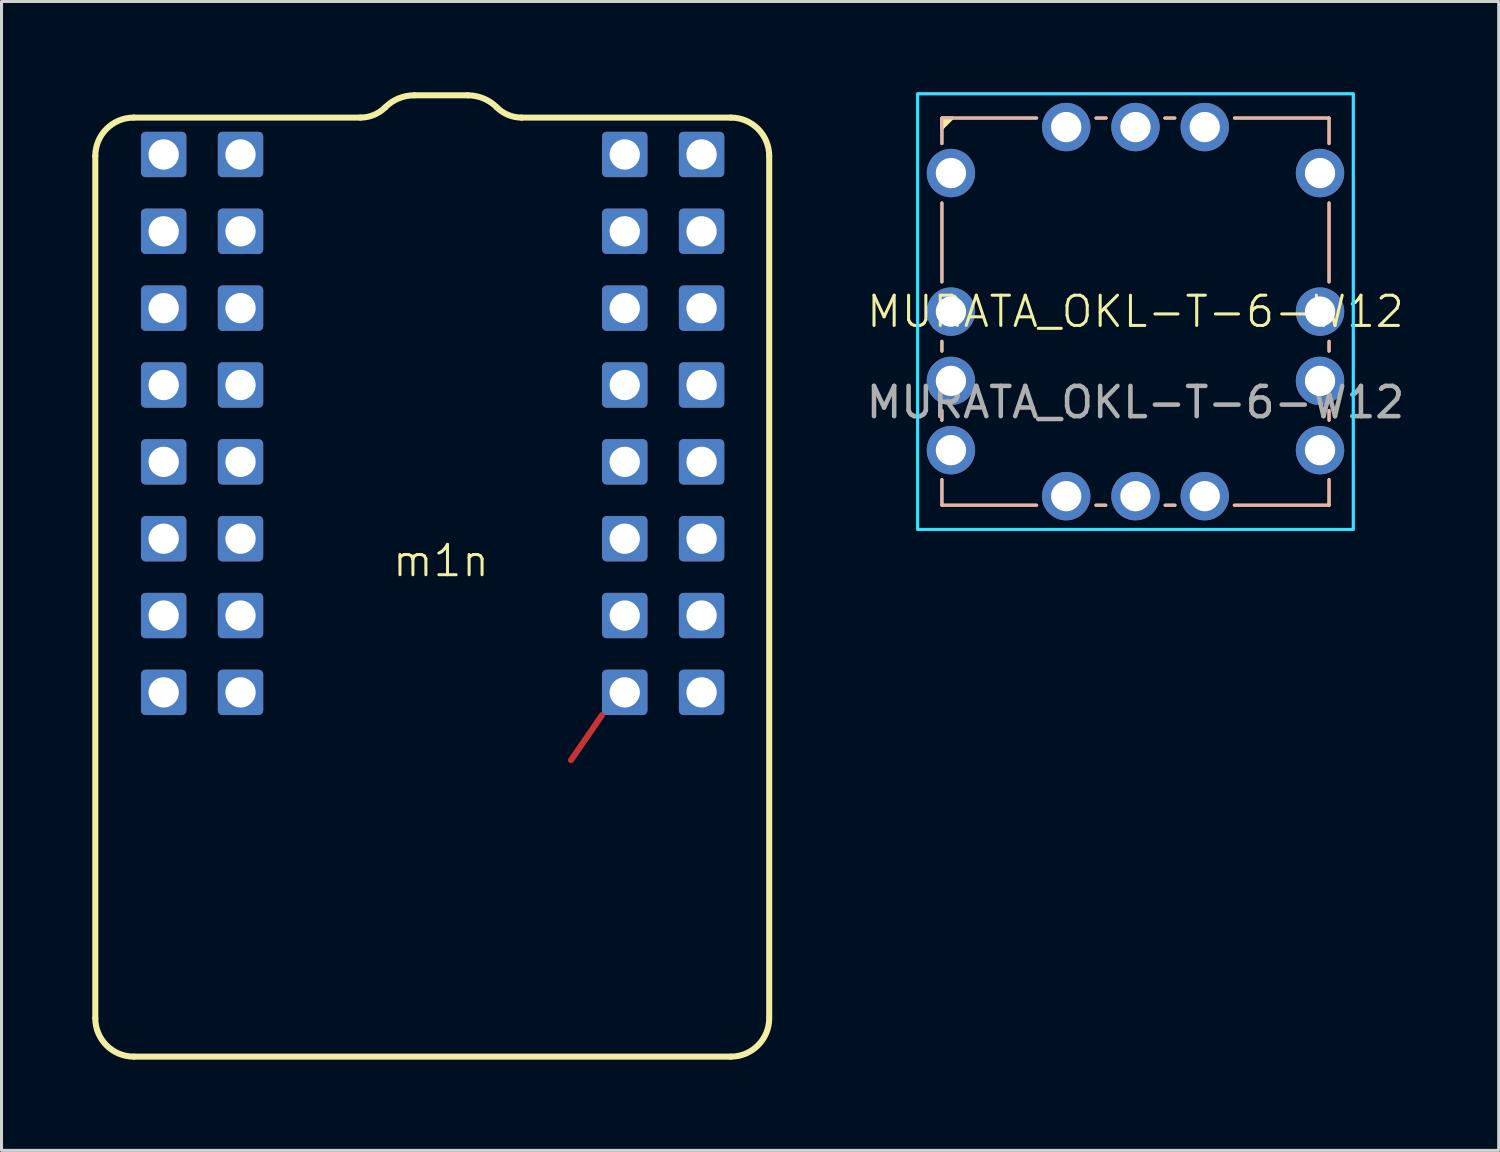
<source format=kicad_pcb>
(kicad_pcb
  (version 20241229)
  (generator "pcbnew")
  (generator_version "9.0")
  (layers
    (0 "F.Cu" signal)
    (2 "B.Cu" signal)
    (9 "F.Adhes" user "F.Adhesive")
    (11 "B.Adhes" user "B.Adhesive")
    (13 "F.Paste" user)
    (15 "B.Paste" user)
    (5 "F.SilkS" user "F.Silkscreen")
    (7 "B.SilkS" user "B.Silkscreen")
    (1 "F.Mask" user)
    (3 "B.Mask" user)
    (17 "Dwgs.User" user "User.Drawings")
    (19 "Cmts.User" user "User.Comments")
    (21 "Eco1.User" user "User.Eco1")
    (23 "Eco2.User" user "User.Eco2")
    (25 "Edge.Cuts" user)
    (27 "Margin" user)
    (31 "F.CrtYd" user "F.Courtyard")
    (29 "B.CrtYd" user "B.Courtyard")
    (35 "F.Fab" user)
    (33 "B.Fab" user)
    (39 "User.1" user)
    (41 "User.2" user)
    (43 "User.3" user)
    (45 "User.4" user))
  (footprint "m1n"
    (layer "F.Cu")
    (at 11.527 15.988)
    (property "Reference" "m1n" (at 0 -0.5 0) (unlocked yes) (layer "F.SilkS") (effects (font (size 1 1) (thickness 0.1))))
    (attr through_hole)
    (fp_line (start 5.323 4.598) (end 4.298 6.087) (stroke (width 0.2) (type default)) (layer "F.Cu"))
    (fp_line (start 6.073 4.098) (end 6.073 4.098) (stroke (width 0.2) (type default)) (layer "F.Cu"))
    (fp_line (start 8.613 4.318) (end 8.613 4.098) (stroke (width 0.2) (type default)) (layer "F.Cu"))
    (fp_arc (start 6.073153 3.5981) (mid 6.323152 3.848099) (end 6.073153 4.098099) (stroke (width 0.2) (type default)) (layer "F.Cu"))
    (fp_arc (start 6.073153 4.0981) (mid 5.823153 3.8481) (end 6.073153 3.5981) (stroke (width 0.2) (type default)) (layer "F.Cu"))
    (fp_arc (start 8.613153 3.3782) (mid 9.083053 3.8481) (end 8.613153 4.318) (stroke (width 0.2) (type default)) (layer "F.Cu"))
    (fp_arc (start 8.613153 3.5981) (mid 8.863151 3.848099) (end 8.613153 4.098099) (stroke (width 0.2) (type default)) (layer "F.Cu"))
    (fp_arc (start 8.613153 4.0981) (mid 8.363153 3.8481) (end 8.613153 3.5981) (stroke (width 0.2) (type default)) (layer "F.Cu"))
    (fp_arc (start 8.613153 4.318) (mid 8.143253 3.8481) (end 8.613153 3.3782) (stroke (width 0.2) (type default)) (layer "F.Cu"))
    (fp_line (start -11.427 14.618) (end -11.427 -13.881) (stroke (width 0.2) (type default)) (layer "F.SilkS"))
    (fp_line (start -10.157 -15.151) (end -2.664 -15.151) (stroke (width 0.2) (type default)) (layer "F.SilkS"))
    (fp_line (start -0.886 -15.888) (end 0.886 -15.888) (stroke (width 0.2) (type default)) (layer "F.SilkS"))
    (fp_line (start 2.664 -15.151) (end 9.578 -15.151) (stroke (width 0.2) (type default)) (layer "F.SilkS"))
    (fp_line (start 9.578 15.888) (end -10.157 15.888) (stroke (width 0.2) (type default)) (layer "F.SilkS"))
    (fp_line (start 10.848 14.568) (end 10.848 -13.881) (stroke (width 0.2) (type default)) (layer "F.SilkS"))
    (fp_arc (start -11.427447 -13.881101) (mid -11.055473 -14.779126) (end -10.157448 -15.1511) (stroke (width 0.2) (type default)) (layer "F.SilkS"))
    (fp_arc (start -10.157448 15.887703) (mid -11.055472 15.515726) (end -11.427447 14.617701) (stroke (width 0.2) (type default)) (layer "F.SilkS"))
    (fp_arc (start -1.840598 -15.492349) (mid -2.218584 -15.239788) (end -2.664448 -15.1511) (stroke (width 0.2) (type default)) (layer "F.SilkS"))
    (fp_arc (start -1.840598 -15.492349) (mid -1.402689 -15.784951) (end -0.88614 -15.8877) (stroke (width 0.2) (type default)) (layer "F.SilkS"))
    (fp_arc (start 0.886141 -15.8877) (mid 1.40269 -15.784951) (end 1.840599 -15.492349) (stroke (width 0.2) (type default)) (layer "F.SilkS"))
    (fp_arc (start 2.664449 -15.1511) (mid 2.218585 -15.239788) (end 1.840599 -15.492349) (stroke (width 0.2) (type default)) (layer "F.SilkS"))
    (fp_arc (start 9.578354 -15.1511) (mid 10.476379 -14.779126) (end 10.848353 -13.881102) (stroke (width 0.2) (type default)) (layer "F.SilkS"))
    (fp_arc (start 10.848353 14.6177) (mid 10.476379 15.515725) (end 9.578354 15.8877) (stroke (width 0.2) (type default)) (layer "F.SilkS"))
    (pad "1" thru_hole roundrect (at -9.167 -13.932) (size 1.5 1.5) (drill 1) (layers "*.Cu" "*.Mask") (roundrect_rratio 0.1))
    (pad "2" thru_hole roundrect (at -6.627 -13.932) (size 1.5 1.5) (drill 1) (layers "*.Cu" "*.Mask") (roundrect_rratio 0.1))
    (pad "3" thru_hole roundrect (at -9.167 -11.392) (size 1.5 1.5) (drill 1) (layers "*.Cu" "*.Mask") (roundrect_rratio 0.1))
    (pad "4" thru_hole roundrect (at -6.627 -11.392) (size 1.5 1.5) (drill 1) (layers "*.Cu" "*.Mask") (roundrect_rratio 0.1))
    (pad "5" thru_hole roundrect (at -9.167 -8.852) (size 1.5 1.5) (drill 1) (layers "*.Cu" "*.Mask") (roundrect_rratio 0.1))
    (pad "6" thru_hole roundrect (at -6.627 -8.852) (size 1.5 1.5) (drill 1) (layers "*.Cu" "*.Mask") (roundrect_rratio 0.1))
    (pad "7" thru_hole roundrect (at -9.167 -6.312) (size 1.5 1.5) (drill 1) (layers "*.Cu" "*.Mask") (roundrect_rratio 0.1))
    (pad "8" thru_hole roundrect (at -6.627 -6.312) (size 1.5 1.5) (drill 1) (layers "*.Cu" "*.Mask") (roundrect_rratio 0.1))
    (pad "9" thru_hole roundrect (at -9.167 -3.772) (size 1.5 1.5) (drill 1) (layers "*.Cu" "*.Mask") (roundrect_rratio 0.1))
    (pad "10" thru_hole roundrect (at -6.627 -3.772) (size 1.5 1.5) (drill 1) (layers "*.Cu" "*.Mask") (roundrect_rratio 0.1))
    (pad "11" thru_hole roundrect (at -9.167 -1.232) (size 1.5 1.5) (drill 1) (layers "*.Cu" "*.Mask") (roundrect_rratio 0.1))
    (pad "12" thru_hole roundrect (at -6.627 -1.232) (size 1.5 1.5) (drill 1) (layers "*.Cu" "*.Mask") (roundrect_rratio 0.1))
    (pad "13" thru_hole roundrect (at -9.167 1.308) (size 1.5 1.5) (drill 1) (layers "*.Cu" "*.Mask") (roundrect_rratio 0.1))
    (pad "14" thru_hole roundrect (at -6.627 1.308) (size 1.5 1.5) (drill 1) (layers "*.Cu" "*.Mask") (roundrect_rratio 0.1))
    (pad "15" thru_hole roundrect (at -9.167 3.848) (size 1.5 1.5) (drill 1) (layers "*.Cu" "*.Mask") (roundrect_rratio 0.1))
    (pad "16" thru_hole roundrect (at -6.627 3.848) (size 1.5 1.5) (drill 1) (layers "*.Cu" "*.Mask") (roundrect_rratio 0.1))
    (pad "17" thru_hole roundrect (at 6.073 -13.932) (size 1.5 1.5) (drill 1) (layers "*.Cu" "*.Mask") (roundrect_rratio 0.1))
    (pad "18" thru_hole roundrect (at 8.613 -13.932) (size 1.5 1.5) (drill 1) (layers "*.Cu" "*.Mask") (roundrect_rratio 0.1))
    (pad "19" thru_hole roundrect (at 6.073 -11.392) (size 1.5 1.5) (drill 1) (layers "*.Cu" "*.Mask") (roundrect_rratio 0.1))
    (pad "20" thru_hole roundrect (at 8.613 -11.392) (size 1.5 1.5) (drill 1) (layers "*.Cu" "*.Mask") (roundrect_rratio 0.1))
    (pad "21" thru_hole roundrect (at 6.073 -8.852) (size 1.5 1.5) (drill 1) (layers "*.Cu" "*.Mask") (roundrect_rratio 0.1))
    (pad "22" thru_hole roundrect (at 8.613 -8.852) (size 1.5 1.5) (drill 1) (layers "*.Cu" "*.Mask") (roundrect_rratio 0.1))
    (pad "23" thru_hole roundrect (at 6.073 -6.312) (size 1.5 1.5) (drill 1) (layers "*.Cu" "*.Mask") (roundrect_rratio 0.1))
    (pad "24" thru_hole roundrect (at 8.613 -6.312) (size 1.5 1.5) (drill 1) (layers "*.Cu" "*.Mask") (roundrect_rratio 0.1))
    (pad "25" thru_hole roundrect (at 6.073 -3.772) (size 1.5 1.5) (drill 1) (layers "*.Cu" "*.Mask") (roundrect_rratio 0.1))
    (pad "26" thru_hole roundrect (at 8.613 -3.772) (size 1.5 1.5) (drill 1) (layers "*.Cu" "*.Mask") (roundrect_rratio 0.1))
    (pad "27" thru_hole roundrect (at 6.073 -1.232) (size 1.5 1.5) (drill 1) (layers "*.Cu" "*.Mask") (roundrect_rratio 0.1))
    (pad "28" thru_hole roundrect (at 8.613 -1.232) (size 1.5 1.5) (drill 1) (layers "*.Cu" "*.Mask") (roundrect_rratio 0.1))
    (pad "29" thru_hole roundrect (at 6.073 1.308) (size 1.5 1.5) (drill 1) (layers "*.Cu" "*.Mask") (roundrect_rratio 0.1))
    (pad "30" thru_hole roundrect (at 8.613 1.308) (size 1.5 1.5) (drill 1) (layers "*.Cu" "*.Mask") (roundrect_rratio 0.1))
    (pad "31" thru_hole roundrect (at 6.073 3.848) (size 1.5 1.5) (drill 1) (layers "*.Cu" "*.Mask") (roundrect_rratio 0.1))
    (pad "32" thru_hole roundrect (at 8.613 3.848) (size 1.5 1.5) (drill 1) (layers "*.Cu" "*.Mask") (roundrect_rratio 0.1)))
  (footprint "MURATA_OKL-T-6-W12"
    (layer "F.Cu")
    (at 34.482 7.25)
    (property "Reference" "MURATA_OKL-T-6-W12" (at 0 0 0) (unlocked yes) (layer "F.SilkS") (effects (font (size 1 1) (thickness 0.1))))
    (attr smd)
    (fp_line (start -6.398 -6.398) (end -6.398 -5.552) (stroke (width 0.1) (type default)) (layer "F.SilkS"))
    (fp_line (start -6.398 -3.592) (end -6.398 -0.98) (stroke (width 0.1) (type default)) (layer "F.SilkS"))
    (fp_line (start -6.398 1.306) (end -6.398 0.98) (stroke (width 0.1) (type default)) (layer "F.SilkS"))
    (fp_line (start -6.398 3.592) (end -6.398 3.266) (stroke (width 0.1) (type default)) (layer "F.SilkS"))
    (fp_line (start -6.398 5.552) (end -6.398 6.398) (stroke (width 0.1) (type default)) (layer "F.SilkS"))
    (fp_line (start -6.398 6.398) (end -3.266 6.398) (stroke (width 0.1) (type default)) (layer "F.SilkS"))
    (fp_line (start -3.266 -6.398) (end -6.398 -6.398) (stroke (width 0.1) (type default)) (layer "F.SilkS"))
    (fp_line (start -1.306 6.398) (end -0.98 6.398) (stroke (width 0.1) (type default)) (layer "F.SilkS"))
    (fp_line (start -0.972 -6.398) (end -1.306 -6.398) (stroke (width 0.1) (type default)) (layer "F.SilkS"))
    (fp_line (start 0.98 6.398) (end 1.306 6.398) (stroke (width 0.1) (type default)) (layer "F.SilkS"))
    (fp_line (start 1.301 -6.398) (end 0.972 -6.398) (stroke (width 0.1) (type default)) (layer "F.SilkS"))
    (fp_line (start 3.266 6.398) (end 6.398 6.398) (stroke (width 0.1) (type default)) (layer "F.SilkS"))
    (fp_line (start 6.398 -6.398) (end 3.271 -6.398) (stroke (width 0.1) (type default)) (layer "F.SilkS"))
    (fp_line (start 6.398 -5.553) (end 6.398 -6.398) (stroke (width 0.1) (type default)) (layer "F.SilkS"))
    (fp_line (start 6.398 -0.98) (end 6.398 -3.591) (stroke (width 0.1) (type default)) (layer "F.SilkS"))
    (fp_line (start 6.398 0.98) (end 6.398 1.306) (stroke (width 0.1) (type default)) (layer "F.SilkS"))
    (fp_line (start 6.398 3.592) (end 6.398 3.266) (stroke (width 0.1) (type default)) (layer "F.SilkS"))
    (fp_line (start 6.398 6.398) (end 6.398 5.552) (stroke (width 0.1) (type default)) (layer "F.SilkS"))
    (fp_poly (pts (xy -6.4 -6.05) (xy -6.05 -6.4) (xy -6.398 -6.398)) (stroke (width 0.1) (type solid)) (fill yes) (layer "F.SilkS"))
    (fp_line (start -6.398 -6.398) (end -6.398 -5.552) (stroke (width 0.1) (type default)) (layer "B.SilkS"))
    (fp_line (start -6.398 -3.592) (end -6.398 -0.98) (stroke (width 0.1) (type default)) (layer "B.SilkS"))
    (fp_line (start -6.398 1.306) (end -6.398 0.98) (stroke (width 0.1) (type default)) (layer "B.SilkS"))
    (fp_line (start -6.398 3.592) (end -6.398 3.266) (stroke (width 0.1) (type default)) (layer "B.SilkS"))
    (fp_line (start -6.398 5.552) (end -6.398 6.398) (stroke (width 0.1) (type default)) (layer "B.SilkS"))
    (fp_line (start -6.398 6.398) (end -3.266 6.398) (stroke (width 0.1) (type default)) (layer "B.SilkS"))
    (fp_line (start -3.266 -6.398) (end -6.398 -6.398) (stroke (width 0.1) (type default)) (layer "B.SilkS"))
    (fp_line (start -1.306 6.398) (end -0.98 6.398) (stroke (width 0.1) (type default)) (layer "B.SilkS"))
    (fp_line (start -0.972 -6.398) (end -1.306 -6.398) (stroke (width 0.1) (type default)) (layer "B.SilkS"))
    (fp_line (start 0.98 6.398) (end 1.306 6.398) (stroke (width 0.1) (type default)) (layer "B.SilkS"))
    (fp_line (start 1.301 -6.398) (end 0.972 -6.398) (stroke (width 0.1) (type default)) (layer "B.SilkS"))
    (fp_line (start 3.266 6.398) (end 6.398 6.398) (stroke (width 0.1) (type default)) (layer "B.SilkS"))
    (fp_line (start 6.398 -6.398) (end 3.271 -6.398) (stroke (width 0.1) (type default)) (layer "B.SilkS"))
    (fp_line (start 6.398 -5.553) (end 6.398 -6.398) (stroke (width 0.1) (type default)) (layer "B.SilkS"))
    (fp_line (start 6.398 -0.98) (end 6.398 -3.591) (stroke (width 0.1) (type default)) (layer "B.SilkS"))
    (fp_line (start 6.398 0.98) (end 6.398 1.306) (stroke (width 0.1) (type default)) (layer "B.SilkS"))
    (fp_line (start 6.398 3.592) (end 6.398 3.266) (stroke (width 0.1) (type default)) (layer "B.SilkS"))
    (fp_line (start 6.398 6.398) (end 6.398 5.552) (stroke (width 0.1) (type default)) (layer "B.SilkS"))
    (fp_rect (start -7.2 -7.2) (end 7.2 7.2) (stroke (width 0.1) (type default)) (fill no) (layer "B.CrtYd"))
    (fp_rect (start -7.2 -7.2) (end 7.2 7.2) (stroke (width 0.1) (type default)) (fill no) (layer "F.CrtYd"))
    (fp_text user "${REFERENCE}" (at 0 3 0) (unlocked yes) (layer "F.Fab") (effects (font (size 1 1) (thickness 0.15))))
    (pad "1" thru_hole circle (at -6.1 0 180) (size 1.6 1.6) (drill 1) (layers "*.Cu" "*.Mask"))
    (pad "2" thru_hole circle (at -6.1 -4.58 180) (size 1.6 1.6) (drill 1) (layers "*.Cu" "*.Mask"))
    (pad "2" thru_hole circle (at -2.29 -6.1 180) (size 1.6 1.6) (drill 1) (layers "*.Cu" "*.Mask"))
    (pad "3" thru_hole circle (at 0 -6.1 180) (size 1.6 1.6) (drill 1) (layers "*.Cu" "*.Mask"))
    (pad "3" thru_hole circle (at 2.29 -6.1 180) (size 1.6 1.6) (drill 1) (layers "*.Cu" "*.Mask"))
    (pad "4" thru_hole circle (at 6.1 -4.58 180) (size 1.6 1.6) (drill 1) (layers "*.Cu" "*.Mask"))
    (pad "5" thru_hole circle (at 6.1 0 180) (size 1.6 1.6) (drill 1) (layers "*.Cu" "*.Mask"))
    (pad "6" thru_hole circle (at 6.1 4.58 180) (size 1.6 1.6) (drill 1) (layers "*.Cu" "*.Mask"))
    (pad "7" thru_hole circle (at 0 6.1 180) (size 1.6 1.6) (drill 1) (layers "*.Cu" "*.Mask"))
    (pad "8" thru_hole circle (at -2.29 6.1 180) (size 1.6 1.6) (drill 1) (layers "*.Cu" "*.Mask"))
    (pad "9" thru_hole circle (at -6.1 4.58 180) (size 1.6 1.6) (drill 1) (layers "*.Cu" "*.Mask"))
    (pad "10" thru_hole circle (at -6.1 2.29 180) (size 1.6 1.6) (drill 1) (layers "*.Cu" "*.Mask"))
    (pad "11" thru_hole circle (at 6.1 2.29 180) (size 1.6 1.6) (drill 1) (layers "*.Cu" "*.Mask"))
    (pad "12" thru_hole circle (at 2.29 6.1 180) (size 1.6 1.6) (drill 1) (layers "*.Cu" "*.Mask")))
  (gr_rect
    (start -3 -3)
    (end 46.488 34.975)
    (stroke (width 0.1) (type default))
    (fill no)
    (layer "Edge.Cuts")))
</source>
